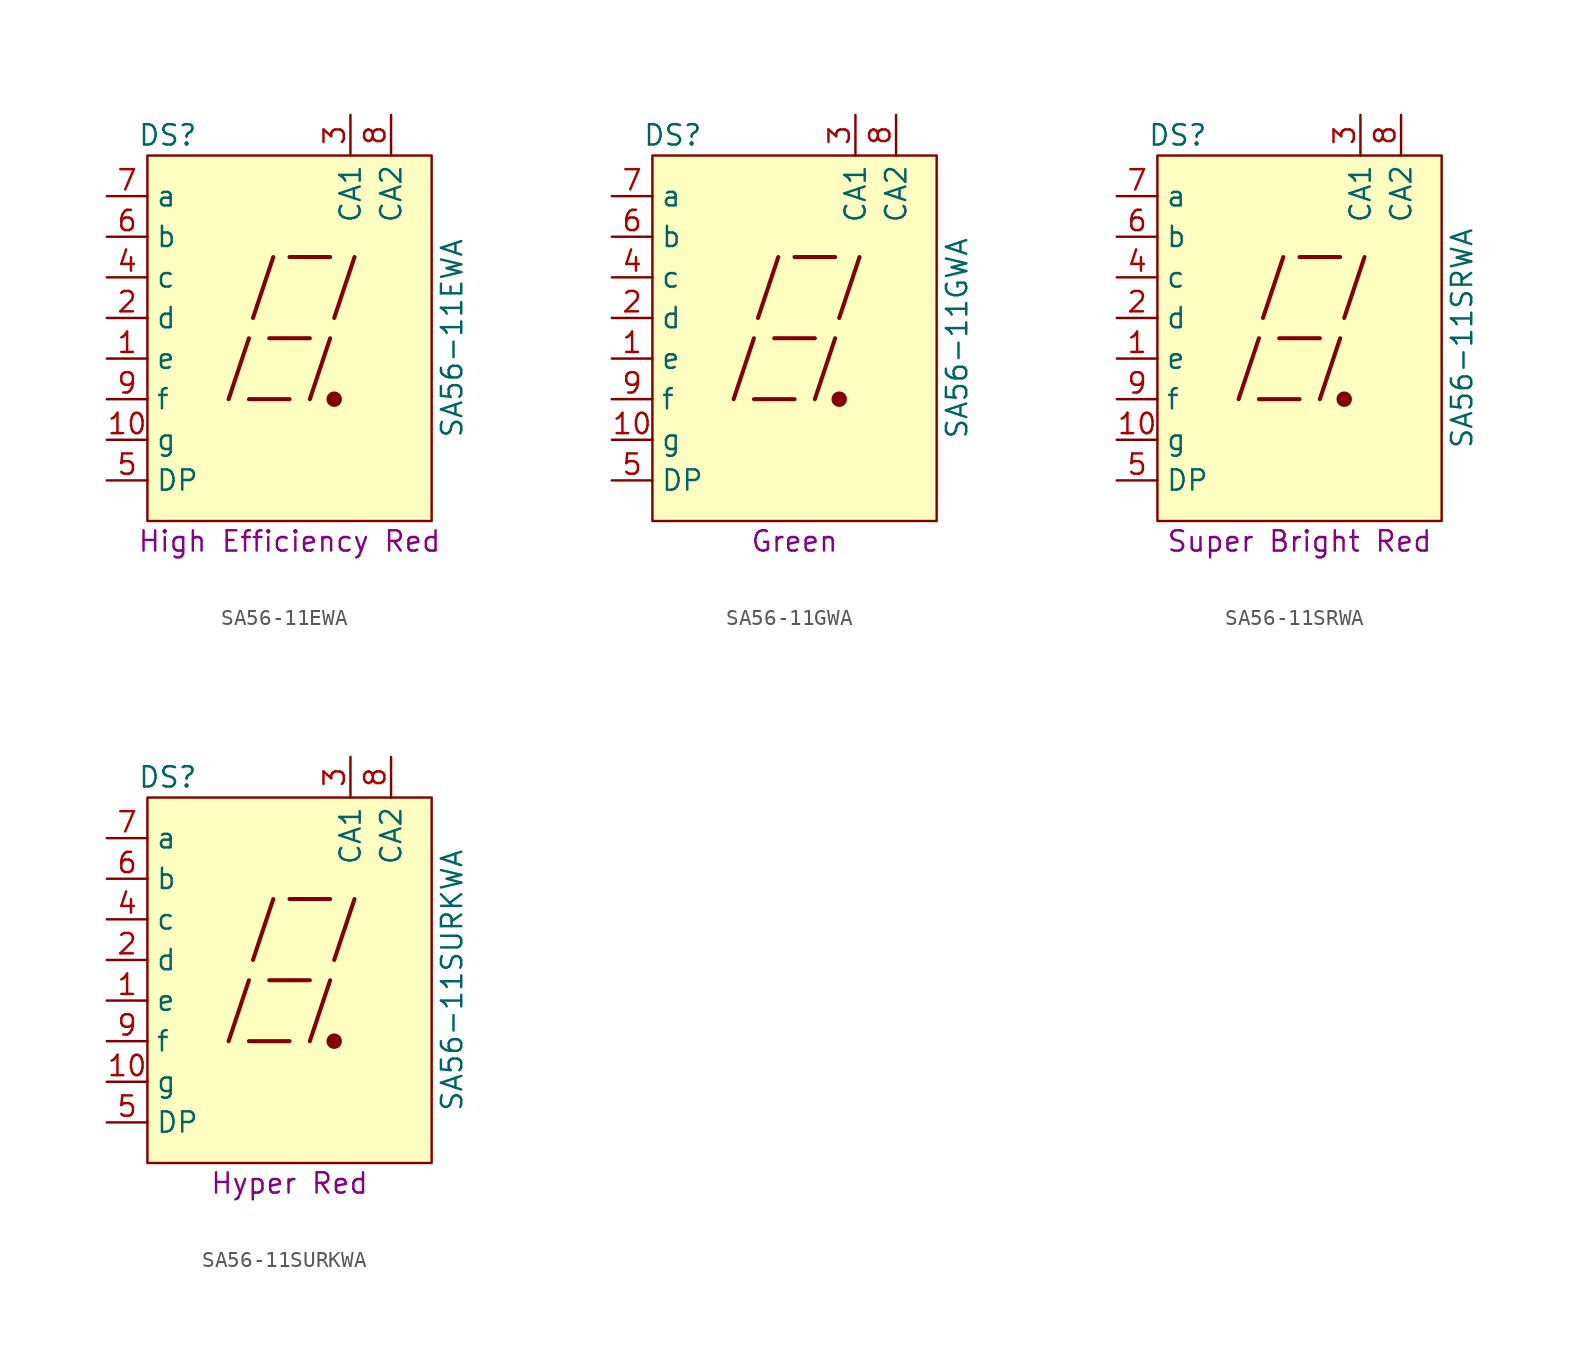
<source format=kicad_sym>
(kicad_symbol_lib
  (version 20211014)
  (generator kicad_symbol_editor)
  (symbol "SA56-11EWA"
    (property "Reference" "DS"
      (at -7.62 12.7 0)
      (effects (font (size 1.27 1.27))))
    (property "Value" "SA56-11EWA"
      (at 10.16 0 90)
      (effects (font (size 1.27 1.27))))
    (property "Color" "High Efficiency Red"
      (at 0 -12.7 0)
      (effects (font (size 1.27 1.27))))
    (symbol "SA56-11EWA_0_0"
      (rectangle (start -8.89 11.43) (end 8.89 -11.43) (stroke (width 0) (type default) (color 0 0 0 0)) (fill (type background)))
      (polyline (pts (xy -3.81 -3.81) (xy -2.54 0)) (stroke (width 0.254) (type default) (color 0 0 0 0)) (fill (type none)))
      (polyline (pts (xy -2.54 -3.81) (xy 0 -3.81)) (stroke (width 0.254) (type default) (color 0 0 0 0)) (fill (type none)))
      (polyline (pts (xy -2.286 1.27) (xy -1.016 5.08)) (stroke (width 0.254) (type default) (color 0 0 0 0)) (fill (type none)))
      (polyline (pts (xy -1.27 0) (xy 1.27 0)) (stroke (width 0.254) (type default) (color 0 0 0 0)) (fill (type none)))
      (polyline (pts (xy 0 5.08) (xy 2.54 5.08)) (stroke (width 0.254) (type default) (color 0 0 0 0)) (fill (type none)))
      (polyline (pts (xy 1.27 -3.81) (xy 2.54 0)) (stroke (width 0.254) (type default) (color 0 0 0 0)) (fill (type none)))
      (polyline (pts (xy 2.794 1.27) (xy 4.064 5.08)) (stroke (width 0.254) (type default) (color 0 0 0 0)) (fill (type none))))
    (symbol "SA56-11EWA_0_1"
      (circle (center 2.794 -3.81) (radius 0.356) (stroke (width 0.254) (type default) (color 0 0 0 0)) (fill (type outline))))
    (symbol "SA56-11EWA_1_1"
      (pin passive line (at -11.43 -1.27 0) (length 2.54) (name "e" (effects (font (size 1.27 1.27)))) (number "1" (effects (font (size 1.27 1.27)))))
      (pin passive line (at -11.43 -6.35 0) (length 2.54) (name "g" (effects (font (size 1.27 1.27)))) (number "10" (effects (font (size 1.27 1.27)))))
      (pin passive line (at -11.43 1.27 0) (length 2.54) (name "d" (effects (font (size 1.27 1.27)))) (number "2" (effects (font (size 1.27 1.27)))))
      (pin passive line (at 3.81 13.97 270) (length 2.54) (name "CA1" (effects (font (size 1.27 1.27)))) (number "3" (effects (font (size 1.27 1.27)))))
      (pin passive line (at -11.43 3.81 0) (length 2.54) (name "c" (effects (font (size 1.27 1.27)))) (number "4" (effects (font (size 1.27 1.27)))))
      (pin passive line (at -11.43 -8.89 0) (length 2.54) (name "DP" (effects (font (size 1.27 1.27)))) (number "5" (effects (font (size 1.27 1.27)))))
      (pin passive line (at -11.43 6.35 0) (length 2.54) (name "b" (effects (font (size 1.27 1.27)))) (number "6" (effects (font (size 1.27 1.27)))))
      (pin passive line (at -11.43 8.89 0) (length 2.54) (name "a" (effects (font (size 1.27 1.27)))) (number "7" (effects (font (size 1.27 1.27)))))
      (pin passive line (at 6.35 13.97 270) (length 2.54) (name "CA2" (effects (font (size 1.27 1.27)))) (number "8" (effects (font (size 1.27 1.27)))))
      (pin passive line (at -11.43 -3.81 0) (length 2.54) (name "f" (effects (font (size 1.27 1.27)))) (number "9" (effects (font (size 1.27 1.27)))))))
  (symbol "SA56-11GWA"
    (property "Reference" "DS"
      (at -7.62 12.7 0)
      (effects (font (size 1.27 1.27))))
    (property "Value" "SA56-11GWA"
      (at 10.16 0 90)
      (effects (font (size 1.27 1.27))))
    (property "Color" "Green"
      (at 0 -12.7 0)
      (effects (font (size 1.27 1.27))))
    (symbol "SA56-11GWA_0_0"
      (rectangle (start -8.89 11.43) (end 8.89 -11.43) (stroke (width 0) (type default) (color 0 0 0 0)) (fill (type background)))
      (polyline (pts (xy -3.81 -3.81) (xy -2.54 0)) (stroke (width 0.254) (type default) (color 0 0 0 0)) (fill (type none)))
      (polyline (pts (xy -2.54 -3.81) (xy 0 -3.81)) (stroke (width 0.254) (type default) (color 0 0 0 0)) (fill (type none)))
      (polyline (pts (xy -2.286 1.27) (xy -1.016 5.08)) (stroke (width 0.254) (type default) (color 0 0 0 0)) (fill (type none)))
      (polyline (pts (xy -1.27 0) (xy 1.27 0)) (stroke (width 0.254) (type default) (color 0 0 0 0)) (fill (type none)))
      (polyline (pts (xy 0 5.08) (xy 2.54 5.08)) (stroke (width 0.254) (type default) (color 0 0 0 0)) (fill (type none)))
      (polyline (pts (xy 1.27 -3.81) (xy 2.54 0)) (stroke (width 0.254) (type default) (color 0 0 0 0)) (fill (type none)))
      (polyline (pts (xy 2.794 1.27) (xy 4.064 5.08)) (stroke (width 0.254) (type default) (color 0 0 0 0)) (fill (type none))))
    (symbol "SA56-11GWA_0_1"
      (circle (center 2.794 -3.81) (radius 0.356) (stroke (width 0.254) (type default) (color 0 0 0 0)) (fill (type outline))))
    (symbol "SA56-11GWA_1_1"
      (pin passive line (at -11.43 -1.27 0) (length 2.54) (name "e" (effects (font (size 1.27 1.27)))) (number "1" (effects (font (size 1.27 1.27)))))
      (pin passive line (at -11.43 -6.35 0) (length 2.54) (name "g" (effects (font (size 1.27 1.27)))) (number "10" (effects (font (size 1.27 1.27)))))
      (pin passive line (at -11.43 1.27 0) (length 2.54) (name "d" (effects (font (size 1.27 1.27)))) (number "2" (effects (font (size 1.27 1.27)))))
      (pin passive line (at 3.81 13.97 270) (length 2.54) (name "CA1" (effects (font (size 1.27 1.27)))) (number "3" (effects (font (size 1.27 1.27)))))
      (pin passive line (at -11.43 3.81 0) (length 2.54) (name "c" (effects (font (size 1.27 1.27)))) (number "4" (effects (font (size 1.27 1.27)))))
      (pin passive line (at -11.43 -8.89 0) (length 2.54) (name "DP" (effects (font (size 1.27 1.27)))) (number "5" (effects (font (size 1.27 1.27)))))
      (pin passive line (at -11.43 6.35 0) (length 2.54) (name "b" (effects (font (size 1.27 1.27)))) (number "6" (effects (font (size 1.27 1.27)))))
      (pin passive line (at -11.43 8.89 0) (length 2.54) (name "a" (effects (font (size 1.27 1.27)))) (number "7" (effects (font (size 1.27 1.27)))))
      (pin passive line (at 6.35 13.97 270) (length 2.54) (name "CA2" (effects (font (size 1.27 1.27)))) (number "8" (effects (font (size 1.27 1.27)))))
      (pin passive line (at -11.43 -3.81 0) (length 2.54) (name "f" (effects (font (size 1.27 1.27)))) (number "9" (effects (font (size 1.27 1.27)))))))
  (symbol "SA56-11SRWA"
    (property "Reference" "DS"
      (at -7.62 12.7 0)
      (effects (font (size 1.27 1.27))))
    (property "Value" "SA56-11SRWA"
      (at 10.16 0 90)
      (effects (font (size 1.27 1.27))))
    (property "Color" "Super Bright Red"
      (at 0 -12.7 0)
      (effects (font (size 1.27 1.27))))
    (symbol "SA56-11SRWA_0_0"
      (rectangle (start -8.89 11.43) (end 8.89 -11.43) (stroke (width 0) (type default) (color 0 0 0 0)) (fill (type background)))
      (polyline (pts (xy -3.81 -3.81) (xy -2.54 0)) (stroke (width 0.254) (type default) (color 0 0 0 0)) (fill (type none)))
      (polyline (pts (xy -2.54 -3.81) (xy 0 -3.81)) (stroke (width 0.254) (type default) (color 0 0 0 0)) (fill (type none)))
      (polyline (pts (xy -2.286 1.27) (xy -1.016 5.08)) (stroke (width 0.254) (type default) (color 0 0 0 0)) (fill (type none)))
      (polyline (pts (xy -1.27 0) (xy 1.27 0)) (stroke (width 0.254) (type default) (color 0 0 0 0)) (fill (type none)))
      (polyline (pts (xy 0 5.08) (xy 2.54 5.08)) (stroke (width 0.254) (type default) (color 0 0 0 0)) (fill (type none)))
      (polyline (pts (xy 1.27 -3.81) (xy 2.54 0)) (stroke (width 0.254) (type default) (color 0 0 0 0)) (fill (type none)))
      (polyline (pts (xy 2.794 1.27) (xy 4.064 5.08)) (stroke (width 0.254) (type default) (color 0 0 0 0)) (fill (type none))))
    (symbol "SA56-11SRWA_0_1"
      (circle (center 2.794 -3.81) (radius 0.356) (stroke (width 0.254) (type default) (color 0 0 0 0)) (fill (type outline))))
    (symbol "SA56-11SRWA_1_1"
      (pin passive line (at -11.43 -1.27 0) (length 2.54) (name "e" (effects (font (size 1.27 1.27)))) (number "1" (effects (font (size 1.27 1.27)))))
      (pin passive line (at -11.43 -6.35 0) (length 2.54) (name "g" (effects (font (size 1.27 1.27)))) (number "10" (effects (font (size 1.27 1.27)))))
      (pin passive line (at -11.43 1.27 0) (length 2.54) (name "d" (effects (font (size 1.27 1.27)))) (number "2" (effects (font (size 1.27 1.27)))))
      (pin passive line (at 3.81 13.97 270) (length 2.54) (name "CA1" (effects (font (size 1.27 1.27)))) (number "3" (effects (font (size 1.27 1.27)))))
      (pin passive line (at -11.43 3.81 0) (length 2.54) (name "c" (effects (font (size 1.27 1.27)))) (number "4" (effects (font (size 1.27 1.27)))))
      (pin passive line (at -11.43 -8.89 0) (length 2.54) (name "DP" (effects (font (size 1.27 1.27)))) (number "5" (effects (font (size 1.27 1.27)))))
      (pin passive line (at -11.43 6.35 0) (length 2.54) (name "b" (effects (font (size 1.27 1.27)))) (number "6" (effects (font (size 1.27 1.27)))))
      (pin passive line (at -11.43 8.89 0) (length 2.54) (name "a" (effects (font (size 1.27 1.27)))) (number "7" (effects (font (size 1.27 1.27)))))
      (pin passive line (at 6.35 13.97 270) (length 2.54) (name "CA2" (effects (font (size 1.27 1.27)))) (number "8" (effects (font (size 1.27 1.27)))))
      (pin passive line (at -11.43 -3.81 0) (length 2.54) (name "f" (effects (font (size 1.27 1.27)))) (number "9" (effects (font (size 1.27 1.27)))))))
  (symbol "SA56-11SURKWA"
    (property "Reference" "DS"
      (at -7.62 12.7 0)
      (effects (font (size 1.27 1.27))))
    (property "Value" "SA56-11SURKWA"
      (at 10.16 0 90)
      (effects (font (size 1.27 1.27))))
    (property "Color" "Hyper Red"
      (at 0 -12.7 0)
      (effects (font (size 1.27 1.27))))
    (symbol "SA56-11SURKWA_0_0"
      (rectangle (start -8.89 11.43) (end 8.89 -11.43) (stroke (width 0) (type default) (color 0 0 0 0)) (fill (type background)))
      (polyline (pts (xy -3.81 -3.81) (xy -2.54 0)) (stroke (width 0.254) (type default) (color 0 0 0 0)) (fill (type none)))
      (polyline (pts (xy -2.54 -3.81) (xy 0 -3.81)) (stroke (width 0.254) (type default) (color 0 0 0 0)) (fill (type none)))
      (polyline (pts (xy -2.286 1.27) (xy -1.016 5.08)) (stroke (width 0.254) (type default) (color 0 0 0 0)) (fill (type none)))
      (polyline (pts (xy -1.27 0) (xy 1.27 0)) (stroke (width 0.254) (type default) (color 0 0 0 0)) (fill (type none)))
      (polyline (pts (xy 0 5.08) (xy 2.54 5.08)) (stroke (width 0.254) (type default) (color 0 0 0 0)) (fill (type none)))
      (polyline (pts (xy 1.27 -3.81) (xy 2.54 0)) (stroke (width 0.254) (type default) (color 0 0 0 0)) (fill (type none)))
      (polyline (pts (xy 2.794 1.27) (xy 4.064 5.08)) (stroke (width 0.254) (type default) (color 0 0 0 0)) (fill (type none))))
    (symbol "SA56-11SURKWA_0_1"
      (circle (center 2.794 -3.81) (radius 0.356) (stroke (width 0.254) (type default) (color 0 0 0 0)) (fill (type outline))))
    (symbol "SA56-11SURKWA_1_1"
      (pin passive line (at -11.43 -1.27 0) (length 2.54) (name "e" (effects (font (size 1.27 1.27)))) (number "1" (effects (font (size 1.27 1.27)))))
      (pin passive line (at -11.43 -6.35 0) (length 2.54) (name "g" (effects (font (size 1.27 1.27)))) (number "10" (effects (font (size 1.27 1.27)))))
      (pin passive line (at -11.43 1.27 0) (length 2.54) (name "d" (effects (font (size 1.27 1.27)))) (number "2" (effects (font (size 1.27 1.27)))))
      (pin passive line (at 3.81 13.97 270) (length 2.54) (name "CA1" (effects (font (size 1.27 1.27)))) (number "3" (effects (font (size 1.27 1.27)))))
      (pin passive line (at -11.43 3.81 0) (length 2.54) (name "c" (effects (font (size 1.27 1.27)))) (number "4" (effects (font (size 1.27 1.27)))))
      (pin passive line (at -11.43 -8.89 0) (length 2.54) (name "DP" (effects (font (size 1.27 1.27)))) (number "5" (effects (font (size 1.27 1.27)))))
      (pin passive line (at -11.43 6.35 0) (length 2.54) (name "b" (effects (font (size 1.27 1.27)))) (number "6" (effects (font (size 1.27 1.27)))))
      (pin passive line (at -11.43 8.89 0) (length 2.54) (name "a" (effects (font (size 1.27 1.27)))) (number "7" (effects (font (size 1.27 1.27)))))
      (pin passive line (at 6.35 13.97 270) (length 2.54) (name "CA2" (effects (font (size 1.27 1.27)))) (number "8" (effects (font (size 1.27 1.27)))))
      (pin passive line (at -11.43 -3.81 0) (length 2.54) (name "f" (effects (font (size 1.27 1.27)))) (number "9" (effects (font (size 1.27 1.27))))))))
</source>
